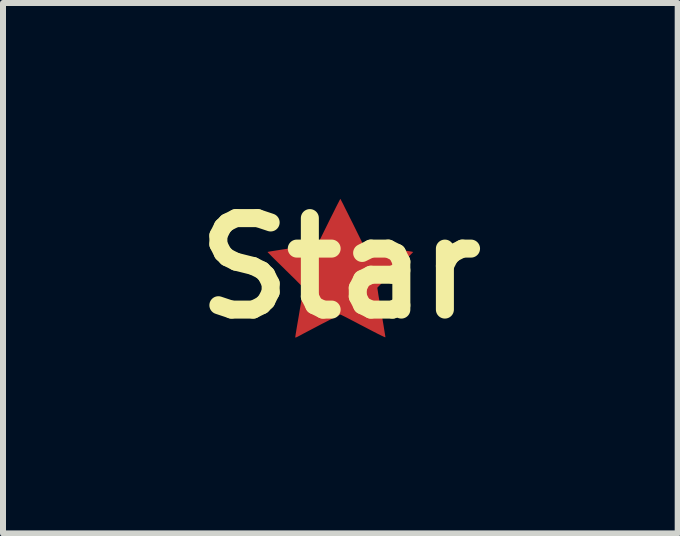
<source format=kicad_pcb>
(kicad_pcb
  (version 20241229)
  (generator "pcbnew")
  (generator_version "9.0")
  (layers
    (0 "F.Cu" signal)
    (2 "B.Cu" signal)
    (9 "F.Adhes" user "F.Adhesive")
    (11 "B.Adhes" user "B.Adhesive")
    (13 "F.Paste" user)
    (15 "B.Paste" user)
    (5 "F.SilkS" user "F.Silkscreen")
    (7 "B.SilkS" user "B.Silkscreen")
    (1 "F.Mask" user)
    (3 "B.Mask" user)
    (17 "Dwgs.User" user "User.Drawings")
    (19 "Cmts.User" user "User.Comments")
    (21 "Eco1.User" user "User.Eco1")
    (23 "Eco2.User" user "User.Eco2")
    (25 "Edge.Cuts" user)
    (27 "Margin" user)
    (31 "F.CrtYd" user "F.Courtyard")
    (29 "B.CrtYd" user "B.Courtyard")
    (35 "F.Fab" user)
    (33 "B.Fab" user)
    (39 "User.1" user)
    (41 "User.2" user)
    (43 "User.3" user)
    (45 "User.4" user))
  (footprint "Star"
    (layer "F.Cu")
    (at 2.62 1.418)
    (property "Reference" "Star" (at 0 0 0) (layer "F.SilkS") (effects (font (size 1.524 1.524) (thickness 0.3))))
    (attr board_only exclude_from_pos_files exclude_from_bom)
    (fp_poly (pts (xy 0.004 -1.149) (xy 0.013 -1.131) (xy 0.027 -1.104) (xy 0.046 -1.068) (xy 0.068 -1.023) (xy 0.094 -0.971) (xy 0.123 -0.914) (xy 0.154 -0.851) (xy 0.187 -0.785) (xy 0.192 -0.776) (xy 0.379 -0.397) (xy 0.434 -0.389) (xy 0.558 -0.371) (xy 0.673 -0.355) (xy 0.778 -0.339) (xy 0.873 -0.325) (xy 0.957 -0.313) (xy 1.029 -0.302) (xy 1.09 -0.292) (xy 1.14 -0.284) (xy 1.176 -0.278) (xy 1.201 -0.273) (xy 1.212 -0.27) (xy 1.213 -0.27) (xy 1.208 -0.264) (xy 1.194 -0.249) (xy 1.172 -0.227) (xy 1.143 -0.198) (xy 1.108 -0.162) (xy 1.066 -0.121) (xy 1.021 -0.076) (xy 0.971 -0.027) (xy 0.918 0.024) (xy 0.915 0.027) (xy 0.862 0.079) (xy 0.812 0.128) (xy 0.766 0.173) (xy 0.724 0.215) (xy 0.688 0.251) (xy 0.659 0.281) (xy 0.636 0.304) (xy 0.622 0.319) (xy 0.616 0.325) (xy 0.616 0.325) (xy 0.617 0.334) (xy 0.62 0.354) (xy 0.625 0.385) (xy 0.631 0.427) (xy 0.639 0.477) (xy 0.649 0.534) (xy 0.659 0.598) (xy 0.671 0.667) (xy 0.683 0.738) (xy 0.696 0.81) (xy 0.707 0.879) (xy 0.718 0.943) (xy 0.727 1) (xy 0.735 1.05) (xy 0.742 1.091) (xy 0.747 1.123) (xy 0.75 1.143) (xy 0.75 1.151) (xy 0.744 1.15) (xy 0.728 1.144) (xy 0.701 1.131) (xy 0.663 1.113) (xy 0.613 1.088) (xy 0.553 1.057) (xy 0.48 1.019) (xy 0.396 0.975) (xy 0.379 0.966) (xy 0.313 0.932) (xy 0.251 0.899) (xy 0.193 0.869) (xy 0.141 0.842) (xy 0.095 0.818) (xy 0.057 0.799) (xy 0.028 0.785) (xy 0.009 0.775) (xy 0.000347 0.772) (xy 0.00023 0.772) (xy -0.007 0.775) (xy -0.026 0.784) (xy -0.054 0.798) (xy -0.091 0.817) (xy -0.135 0.839) (xy -0.185 0.865) (xy -0.24 0.894) (xy -0.3 0.924) (xy -0.361 0.956) (xy -0.425 0.99) (xy -0.488 1.023) (xy -0.551 1.056) (xy -0.612 1.088) (xy -0.669 1.119) (xy -0.688 1.129) (xy -0.717 1.144) (xy -0.735 1.152) (xy -0.746 1.156) (xy -0.75 1.154) (xy -0.751 1.149) (xy -0.75 1.14) (xy -0.747 1.119) (xy -0.742 1.086) (xy -0.735 1.044) (xy -0.727 0.994) (xy -0.717 0.936) (xy -0.706 0.872) (xy -0.694 0.803) (xy -0.683 0.737) (xy -0.671 0.665) (xy -0.659 0.596) (xy -0.648 0.533) (xy -0.639 0.476) (xy -0.631 0.426) (xy -0.624 0.385) (xy -0.62 0.355) (xy -0.617 0.335) (xy -0.616 0.327) (xy -0.621 0.321) (xy -0.636 0.306) (xy -0.658 0.283) (xy -0.687 0.253) (xy -0.723 0.217) (xy -0.764 0.175) (xy -0.811 0.13) (xy -0.861 0.08) (xy -0.914 0.029) (xy -0.915 0.027) (xy -0.968 -0.025) (xy -1.018 -0.074) (xy -1.064 -0.119) (xy -1.106 -0.16) (xy -1.142 -0.196) (xy -1.171 -0.226) (xy -1.193 -0.248) (xy -1.207 -0.263) (xy -1.213 -0.269) (xy -1.213 -0.27) (xy -1.206 -0.272) (xy -1.186 -0.276) (xy -1.153 -0.282) (xy -1.108 -0.289) (xy -1.051 -0.298) (xy -0.982 -0.309) (xy -0.902 -0.321) (xy -0.811 -0.335) (xy -0.71 -0.349) (xy -0.598 -0.366) (xy -0.477 -0.383) (xy -0.434 -0.389) (xy -0.379 -0.397) (xy -0.192 -0.776) (xy -0.159 -0.843) (xy -0.127 -0.906) (xy -0.098 -0.964) (xy -0.072 -1.017) (xy -0.049 -1.062) (xy -0.029 -1.1) (xy -0.015 -1.128) (xy -0.005 -1.147) (xy -0.000165 -1.154) (xy -0.000004 -1.155)) (stroke (width 0) (type solid)) (fill yes) (layer "F.Cu"))
    (fp_poly (pts (xy 0.004 -1.149) (xy 0.013 -1.131) (xy 0.027 -1.104) (xy 0.046 -1.068) (xy 0.068 -1.023) (xy 0.094 -0.971) (xy 0.123 -0.914) (xy 0.154 -0.851) (xy 0.187 -0.785) (xy 0.192 -0.776) (xy 0.379 -0.397) (xy 0.434 -0.389) (xy 0.558 -0.371) (xy 0.673 -0.355) (xy 0.778 -0.339) (xy 0.873 -0.325) (xy 0.957 -0.313) (xy 1.029 -0.302) (xy 1.09 -0.292) (xy 1.14 -0.284) (xy 1.176 -0.278) (xy 1.201 -0.273) (xy 1.212 -0.27) (xy 1.213 -0.27) (xy 1.208 -0.264) (xy 1.194 -0.249) (xy 1.172 -0.227) (xy 1.143 -0.198) (xy 1.108 -0.162) (xy 1.066 -0.121) (xy 1.021 -0.076) (xy 0.971 -0.027) (xy 0.918 0.024) (xy 0.915 0.027) (xy 0.862 0.079) (xy 0.812 0.128) (xy 0.766 0.173) (xy 0.724 0.215) (xy 0.688 0.251) (xy 0.659 0.281) (xy 0.636 0.304) (xy 0.622 0.319) (xy 0.616 0.325) (xy 0.616 0.325) (xy 0.617 0.334) (xy 0.62 0.354) (xy 0.625 0.385) (xy 0.631 0.427) (xy 0.639 0.477) (xy 0.649 0.534) (xy 0.659 0.598) (xy 0.671 0.667) (xy 0.683 0.738) (xy 0.696 0.81) (xy 0.707 0.879) (xy 0.718 0.943) (xy 0.727 1) (xy 0.735 1.05) (xy 0.742 1.091) (xy 0.747 1.123) (xy 0.75 1.143) (xy 0.75 1.151) (xy 0.744 1.15) (xy 0.728 1.144) (xy 0.701 1.131) (xy 0.663 1.113) (xy 0.613 1.088) (xy 0.553 1.057) (xy 0.48 1.019) (xy 0.396 0.975) (xy 0.379 0.966) (xy 0.313 0.932) (xy 0.251 0.899) (xy 0.193 0.869) (xy 0.141 0.842) (xy 0.095 0.818) (xy 0.057 0.799) (xy 0.028 0.785) (xy 0.009 0.775) (xy 0.000347 0.772) (xy 0.00023 0.772) (xy -0.007 0.775) (xy -0.026 0.784) (xy -0.054 0.798) (xy -0.091 0.817) (xy -0.135 0.839) (xy -0.185 0.865) (xy -0.24 0.894) (xy -0.3 0.924) (xy -0.361 0.956) (xy -0.425 0.99) (xy -0.488 1.023) (xy -0.551 1.056) (xy -0.612 1.088) (xy -0.669 1.119) (xy -0.688 1.129) (xy -0.717 1.144) (xy -0.735 1.152) (xy -0.746 1.156) (xy -0.75 1.154) (xy -0.751 1.149) (xy -0.75 1.14) (xy -0.747 1.119) (xy -0.742 1.086) (xy -0.735 1.044) (xy -0.727 0.994) (xy -0.717 0.936) (xy -0.706 0.872) (xy -0.694 0.803) (xy -0.683 0.737) (xy -0.671 0.665) (xy -0.659 0.596) (xy -0.648 0.533) (xy -0.639 0.476) (xy -0.631 0.426) (xy -0.624 0.385) (xy -0.62 0.355) (xy -0.617 0.335) (xy -0.616 0.327) (xy -0.621 0.321) (xy -0.636 0.306) (xy -0.658 0.283) (xy -0.687 0.253) (xy -0.723 0.217) (xy -0.764 0.175) (xy -0.811 0.13) (xy -0.861 0.08) (xy -0.914 0.029) (xy -0.915 0.027) (xy -0.968 -0.025) (xy -1.018 -0.074) (xy -1.064 -0.119) (xy -1.106 -0.16) (xy -1.142 -0.196) (xy -1.171 -0.226) (xy -1.193 -0.248) (xy -1.207 -0.263) (xy -1.213 -0.269) (xy -1.213 -0.27) (xy -1.206 -0.272) (xy -1.186 -0.276) (xy -1.153 -0.282) (xy -1.108 -0.289) (xy -1.051 -0.298) (xy -0.982 -0.309) (xy -0.902 -0.321) (xy -0.811 -0.335) (xy -0.71 -0.349) (xy -0.598 -0.366) (xy -0.477 -0.383) (xy -0.434 -0.389) (xy -0.379 -0.397) (xy -0.192 -0.776) (xy -0.159 -0.843) (xy -0.127 -0.906) (xy -0.098 -0.964) (xy -0.072 -1.017) (xy -0.049 -1.062) (xy -0.029 -1.1) (xy -0.015 -1.128) (xy -0.005 -1.147) (xy -0.000165 -1.154) (xy -0.000004 -1.155)) (stroke (width 0) (type solid)) (fill yes) (layer "F.Mask")))
  (gr_rect
    (start -3 -3)
    (end 8.24 5.836)
    (stroke (width 0.1) (type default))
    (fill no)
    (layer "Edge.Cuts")))
</source>
